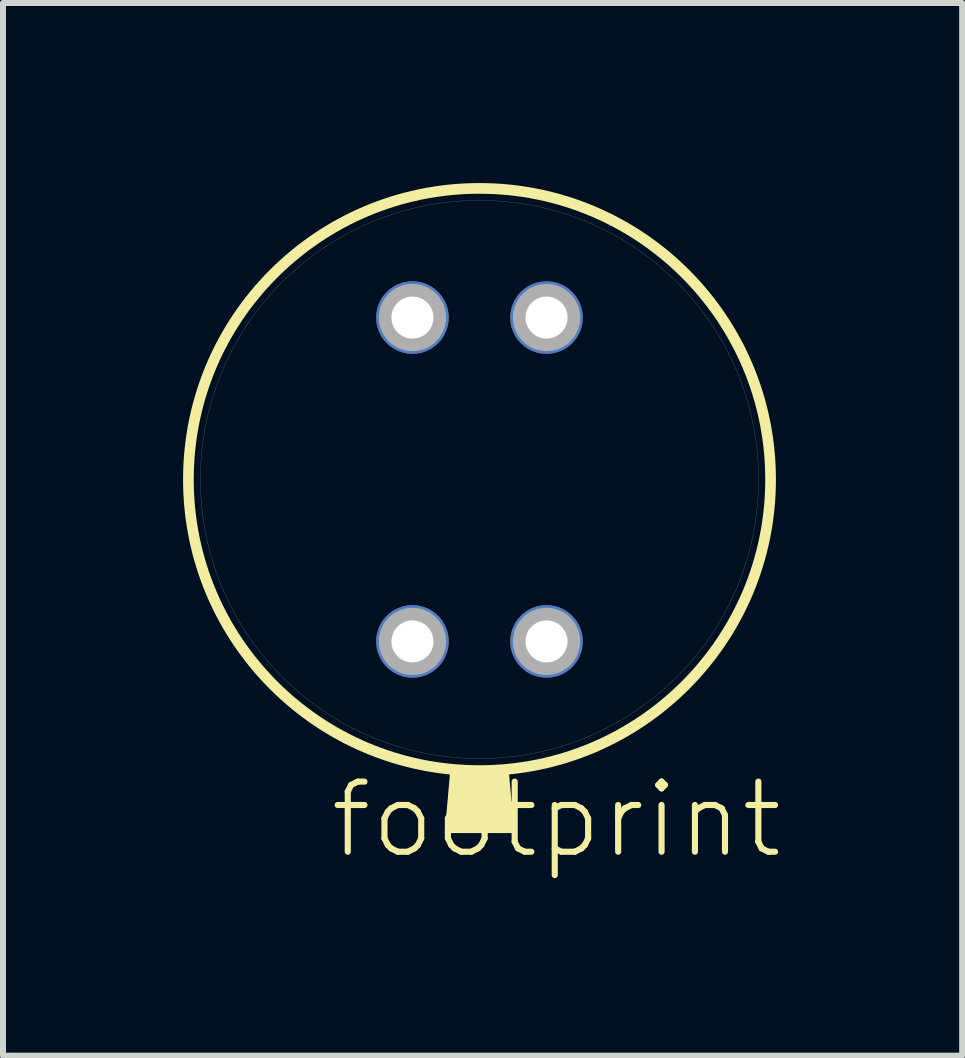
<source format=kicad_pcb>
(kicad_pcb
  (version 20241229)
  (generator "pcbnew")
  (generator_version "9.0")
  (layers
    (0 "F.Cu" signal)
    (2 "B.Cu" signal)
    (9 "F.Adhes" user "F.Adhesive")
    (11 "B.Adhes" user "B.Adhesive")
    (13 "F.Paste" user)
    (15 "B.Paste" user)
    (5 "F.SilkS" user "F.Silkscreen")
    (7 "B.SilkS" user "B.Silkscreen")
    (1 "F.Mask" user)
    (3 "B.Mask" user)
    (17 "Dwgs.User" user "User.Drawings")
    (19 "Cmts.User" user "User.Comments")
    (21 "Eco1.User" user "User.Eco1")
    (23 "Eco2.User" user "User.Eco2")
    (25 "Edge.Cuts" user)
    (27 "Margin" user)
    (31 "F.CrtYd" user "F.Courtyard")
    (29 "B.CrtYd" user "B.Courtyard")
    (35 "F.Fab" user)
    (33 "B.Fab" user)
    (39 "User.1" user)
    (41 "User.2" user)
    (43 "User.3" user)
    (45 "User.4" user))
  (footprint "footprint"
    (layer "F.Cu")
    (at 4.939 4.939)
    (property "Reference" "footprint" (at -2.54 6.35 0) (layer "F.SilkS") (effects (font (size 1.168 1.168) (thickness 0.102)) (justify left bottom)))
    (fp_circle (center -1.118 2.699) (end -0.864 2.699) (stroke (width 0.7) (type solid)) (fill no) (layer "B.Mask"))
    (fp_circle (center -1.117 -2.698) (end -0.863 -2.698) (stroke (width 0.7) (type solid)) (fill no) (layer "B.Mask"))
    (fp_circle (center 1.117 -2.698) (end 1.371 -2.698) (stroke (width 0.7) (type solid)) (fill no) (layer "B.Mask"))
    (fp_circle (center 1.117 2.698) (end 1.371 2.698) (stroke (width 0.7) (type solid)) (fill no) (layer "B.Mask"))
    (fp_circle (center 0 0) (end 4.85 0) (stroke (width 0.178) (type solid)) (fill no) (layer "F.SilkS"))
    (fp_poly (pts (xy -0.138 4.801) (xy 0.138 4.801) (xy 0.48 4.761) (xy 0.579 5.891) (xy -0.579 5.891) (xy -0.48 4.761)) (stroke (width 0) (type solid)) (fill yes) (layer "F.SilkS"))
    (fp_circle (center -1.117 -2.698) (end -0.837 -2.698) (stroke (width 0.56) (type solid)) (fill no) (layer "F.Fab"))
    (fp_circle (center -1.117 2.698) (end -0.837 2.698) (stroke (width 0.56) (type solid)) (fill no) (layer "F.Fab"))
    (fp_circle (center 0 0) (end 4.65 0) (stroke (width 0.003) (type solid)) (fill no) (layer "F.Fab"))
    (fp_circle (center 1.117 -2.698) (end 1.397 -2.698) (stroke (width 0.56) (type solid)) (fill no) (layer "F.Fab"))
    (fp_circle (center 1.117 2.698) (end 1.397 2.698) (stroke (width 0.56) (type solid)) (fill no) (layer "F.Fab"))
    (pad "GND" thru_hole circle (at -1.117 -2.698 247.5) (size 1.208 1.208) (drill 0.7) (layers "*.Cu"))
    (pad "SCL" thru_hole circle (at -1.117 2.698 67.5) (size 1.208 1.208) (drill 0.7) (layers "*.Cu"))
    (pad "SDA" thru_hole circle (at 1.117 2.698 67.5) (size 1.208 1.208) (drill 0.7) (layers "*.Cu"))
    (pad "VDD" thru_hole circle (at 1.117 -2.698 247.5) (size 1.208 1.208) (drill 0.7) (layers "*.Cu")))
  (gr_rect
    (start -3 -3)
    (end 12.981 14.539)
    (stroke (width 0.1) (type default))
    (fill no)
    (layer "Edge.Cuts")))
</source>
